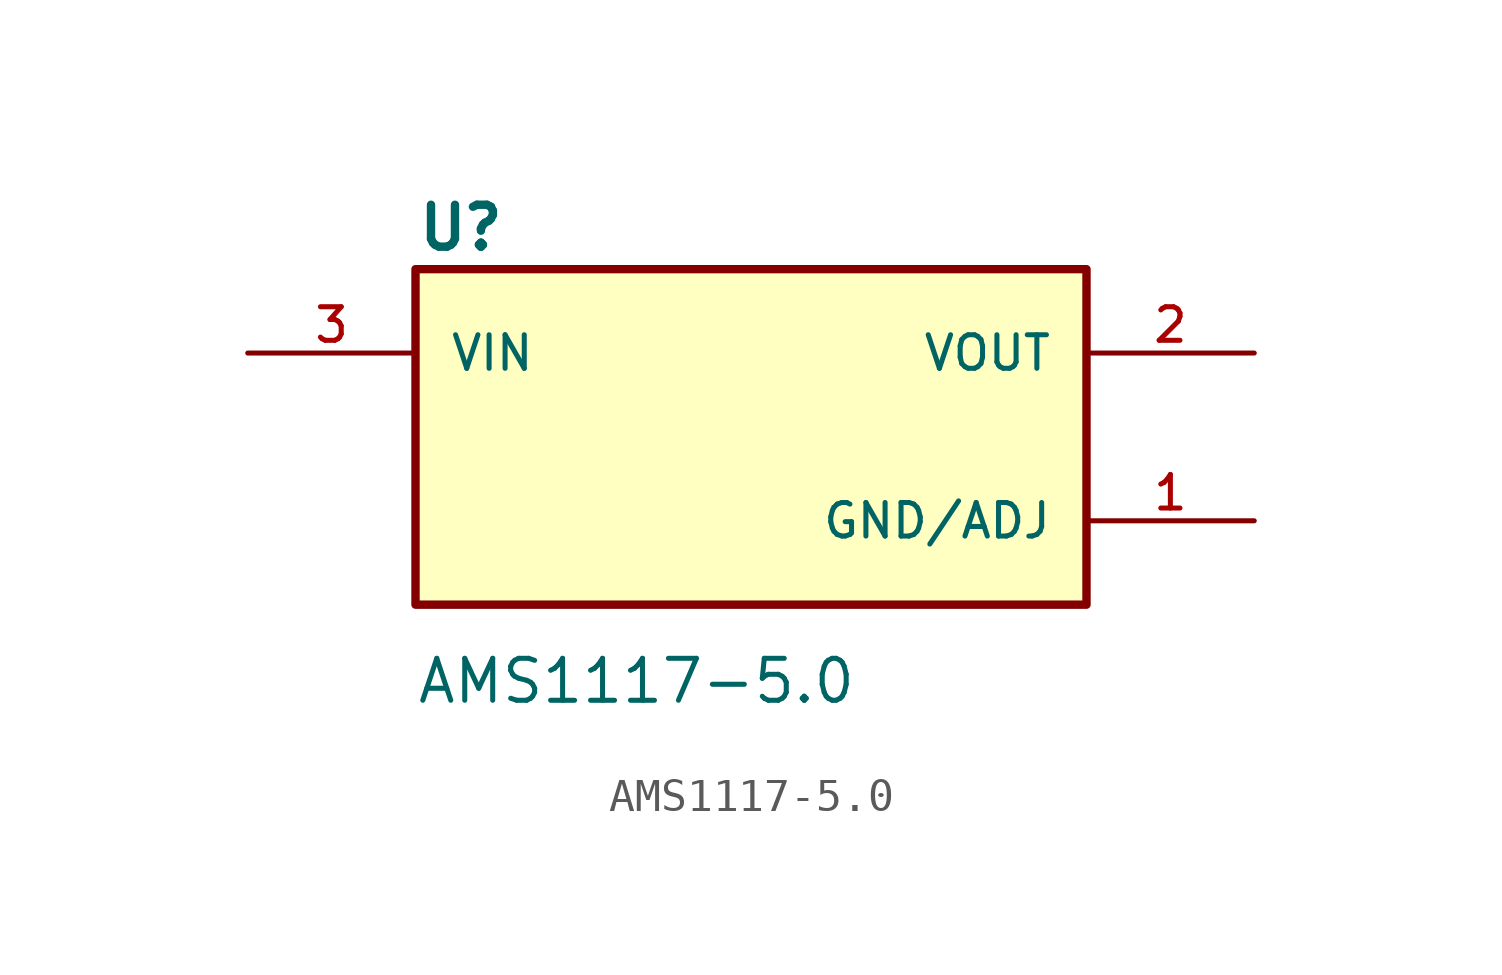
<source format=kicad_sym>
(kicad_symbol_lib
  (version 20231120)
  (generator "kicad_symbol_editor")
  (generator_version "8.0")
  (symbol "AMS1117-5.0"
    (pin_names
      (offset 1.016))
    (property "Reference" "U"
      (at -10.16 5.592 0)
      (effects (font (size 1.27 1.27) (thickness 0.254) (bold yes)) (justify left bottom)))
    (property "Value" "AMS1117-5.0"
      (at -10.16 -8.138 0)
      (effects (font (size 1.27 1.27)) (justify left bottom)))
    (symbol "AMS1117-5.0_0_0"
      (rectangle (start -10.16 -5.08) (end 10.16 5.08) (stroke (width 0.254) (type default)) (fill (type background)))
      (pin power_in line (at 15.24 -2.54 180) (length 5.08) (name "GND/ADJ" (effects (font (size 1.016 1.016)))) (number "1" (effects (font (size 1.016 1.016)))))
      (pin input line (at -15.24 2.54 0) (length 5.08) (name "VIN" (effects (font (size 1.016 1.016)))) (number "3" (effects (font (size 1.016 1.016))))))
    (symbol "AMS1117-5.0_1_0"
      (pin passive line (at 15.24 2.54 180) (length 5.08) (name "VOUT" (effects (font (size 1.016 1.016)))) (number "2" (effects (font (size 1.016 1.016))))))))
</source>
